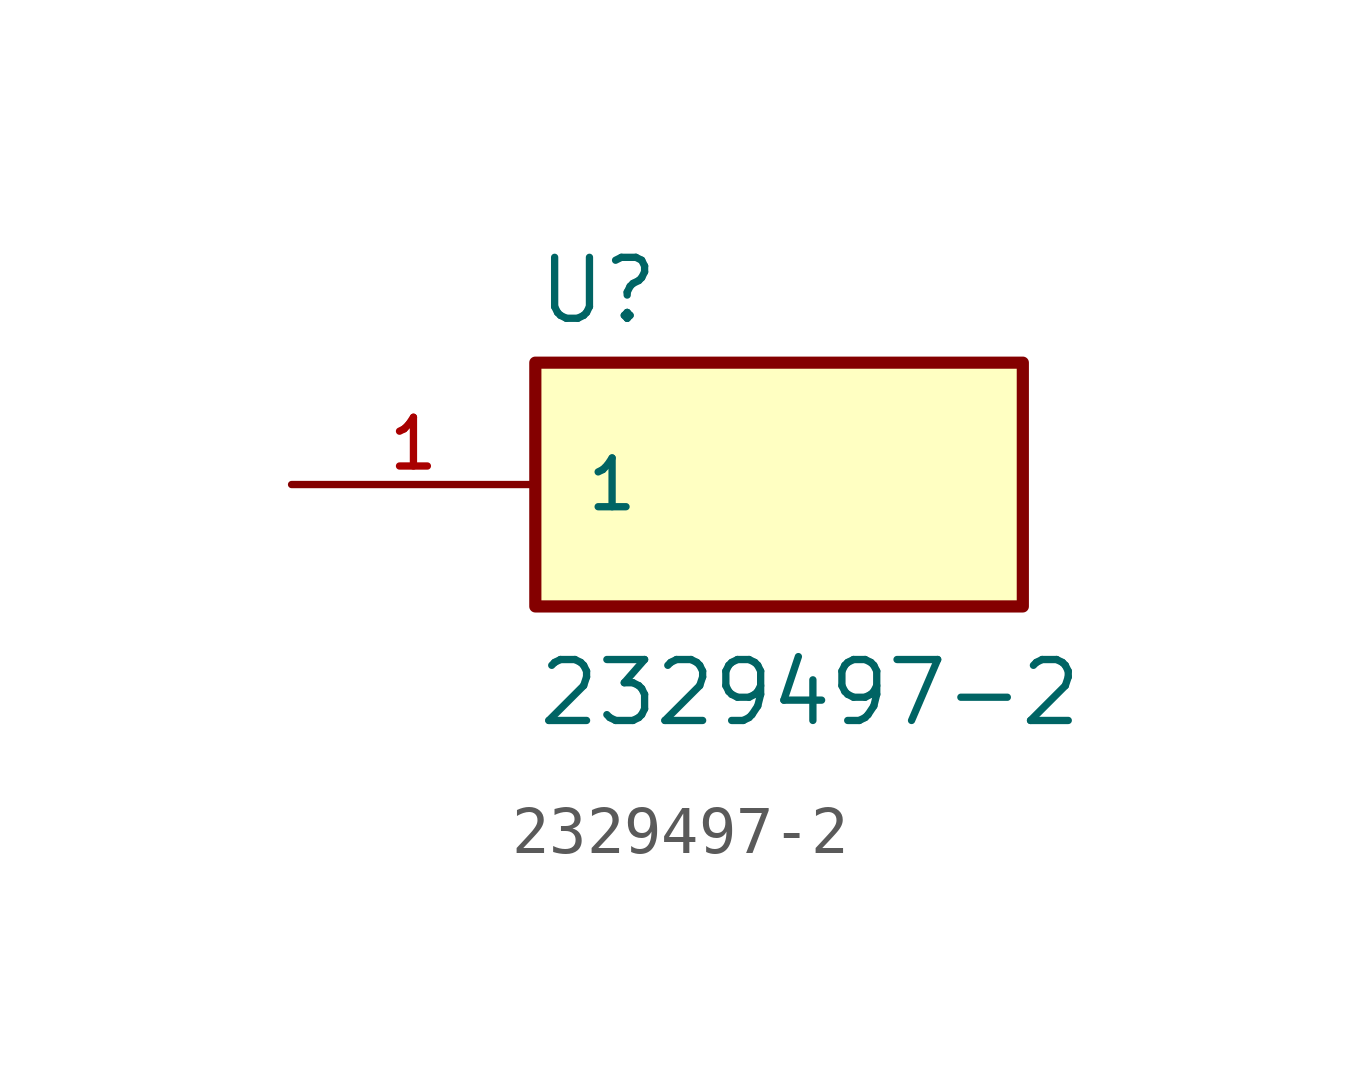
<source format=kicad_sym>
(kicad_symbol_lib
  (version 20211014)
  (generator kicad_symbol_editor)
  (symbol "2329497-2"
    (pin_names
      (offset 1.016))
    (property "Reference" "U"
      (at -5.08 3.302 0)
      (effects (font (size 1.27 1.27)) (justify left bottom)))
    (property "Value" "2329497-2"
      (at -5.08 -5.08 0)
      (effects (font (size 1.27 1.27)) (justify left bottom)))
    (symbol "2329497-2_0_0"
      (rectangle (start -5.08 -2.54) (end 5.08 2.54) (stroke (width 0.254) (type default) (color 0 0 0 0)) (fill (type background)))
      (pin passive line (at -10.16 0 0) (length 5.08) (name "1" (effects (font (size 1.016 1.016)))) (number "1" (effects (font (size 1.016 1.016))))))))
</source>
